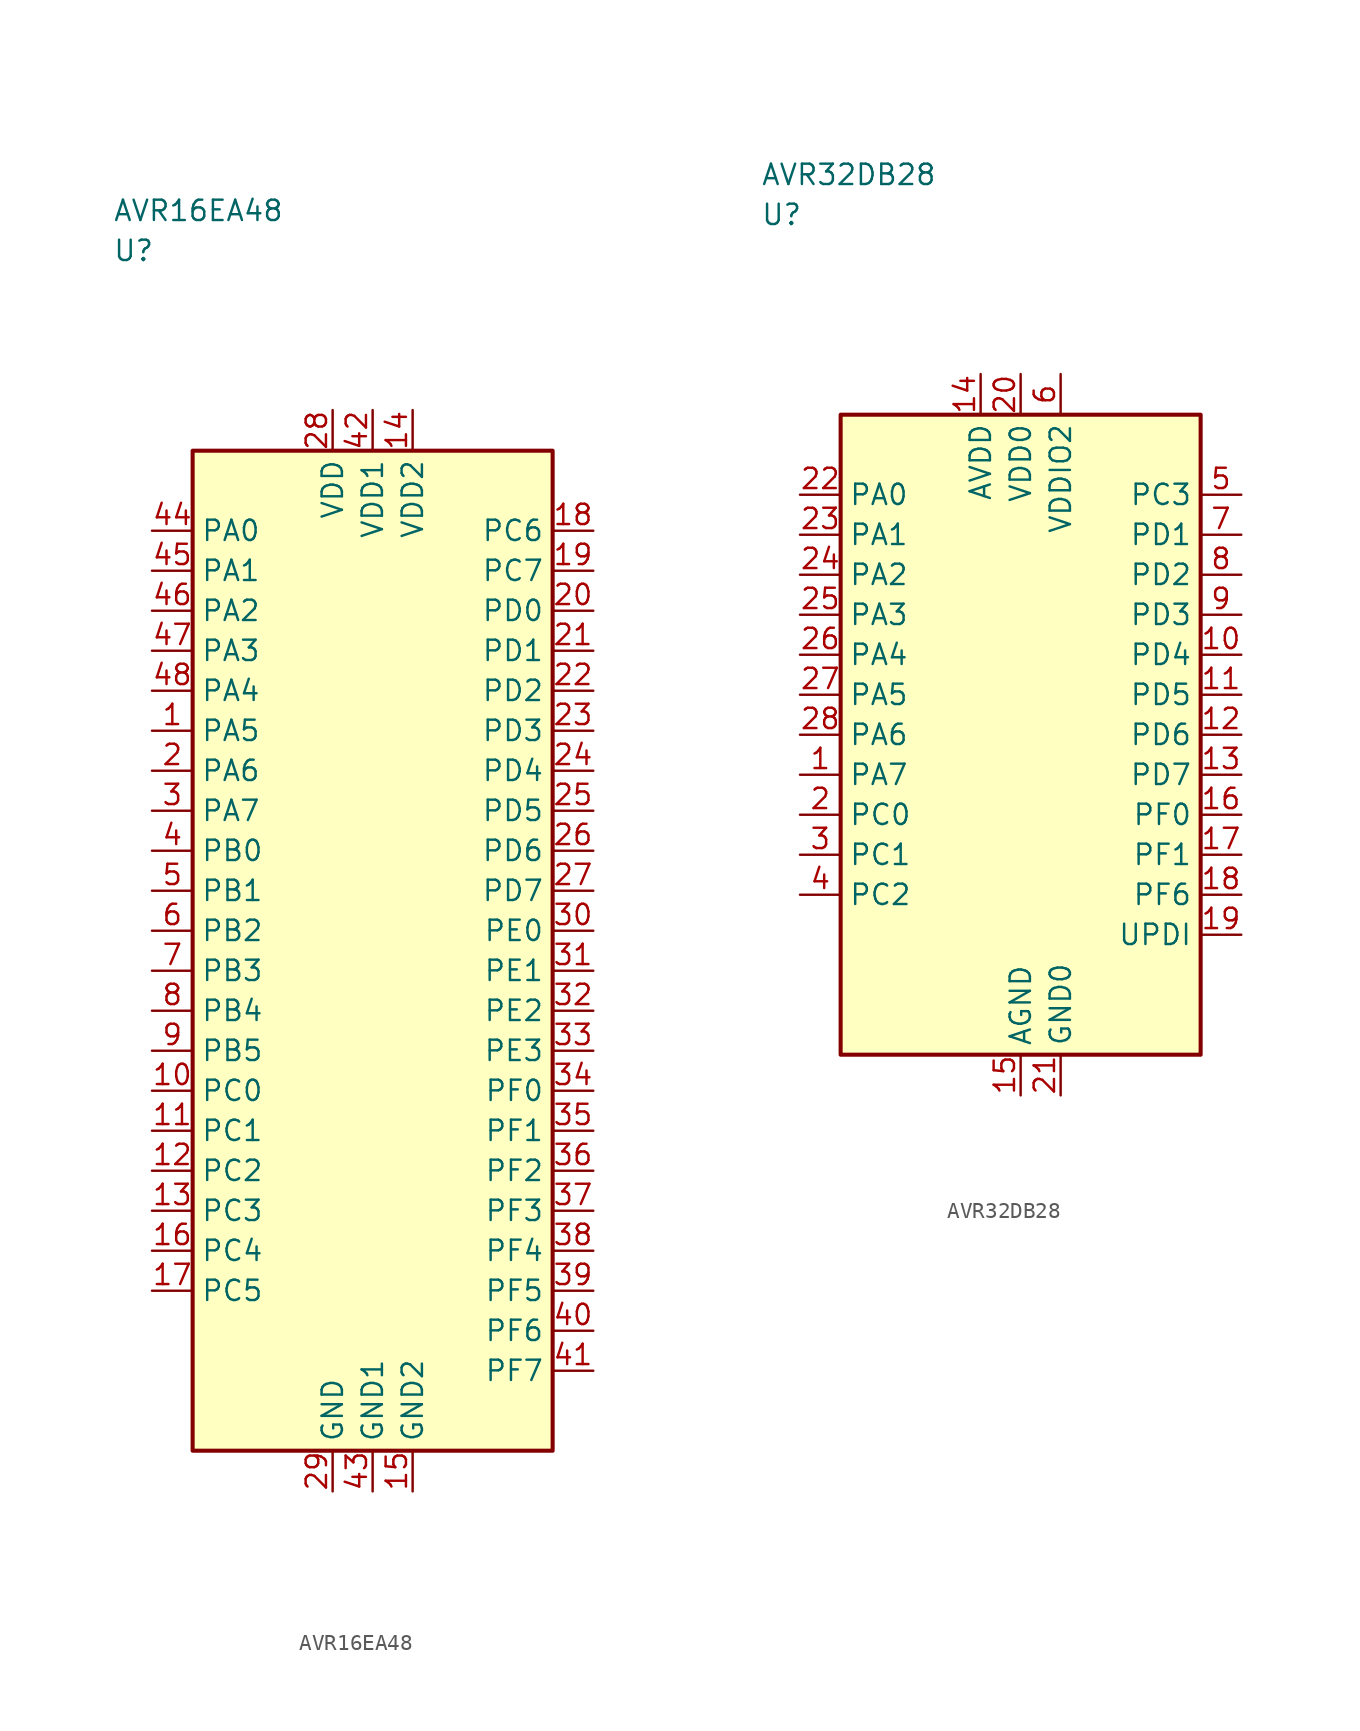
<source format=kicad_sym>
(kicad_symbol_lib
  (version 20241025)
  (generator "kicad_symbol_editor")
  (generator_version "8.0")
  (symbol "AVR16EA48"
    (property "Reference" "U"
      (at -16.25 43.75 0)
      (effects (font (size 1.27 1.27)) (justify left)))
    (property "Value" "AVR16EA48"
      (at -16.25 46.25 0)
      (effects (font (size 1.27 1.27)) (justify left)))
    (symbol "AVR16EA48_0_1"
      (rectangle (start -11.25 31.25) (end 11.25 -31.25) (stroke (width 0.254) (type default)) (fill (type background))))
    (symbol "AVR16EA48_1_1"
      (pin bidirectional line (at -13.79 13.75 0.0) (length 2.54) (name "PA5" (effects (font (size 1.27 1.27)))) (number "1" (effects (font (size 1.27 1.27)))))
      (pin bidirectional line (at -13.79 11.25 0.0) (length 2.54) (name "PA6" (effects (font (size 1.27 1.27)))) (number "2" (effects (font (size 1.27 1.27)))))
      (pin bidirectional line (at -13.79 8.75 0.0) (length 2.54) (name "PA7" (effects (font (size 1.27 1.27)))) (number "3" (effects (font (size 1.27 1.27)))))
      (pin bidirectional line (at -13.79 6.25 0.0) (length 2.54) (name "PB0" (effects (font (size 1.27 1.27)))) (number "4" (effects (font (size 1.27 1.27)))))
      (pin bidirectional line (at -13.79 3.75 0.0) (length 2.54) (name "PB1" (effects (font (size 1.27 1.27)))) (number "5" (effects (font (size 1.27 1.27)))))
      (pin bidirectional line (at -13.79 1.25 0.0) (length 2.54) (name "PB2" (effects (font (size 1.27 1.27)))) (number "6" (effects (font (size 1.27 1.27)))))
      (pin bidirectional line (at -13.79 -1.25 0.0) (length 2.54) (name "PB3" (effects (font (size 1.27 1.27)))) (number "7" (effects (font (size 1.27 1.27)))))
      (pin bidirectional line (at -13.79 -3.75 0.0) (length 2.54) (name "PB4" (effects (font (size 1.27 1.27)))) (number "8" (effects (font (size 1.27 1.27)))))
      (pin bidirectional line (at -13.79 -6.25 0.0) (length 2.54) (name "PB5" (effects (font (size 1.27 1.27)))) (number "9" (effects (font (size 1.27 1.27)))))
      (pin bidirectional line (at -13.79 -8.75 0.0) (length 2.54) (name "PC0" (effects (font (size 1.27 1.27)))) (number "10" (effects (font (size 1.27 1.27)))))
      (pin bidirectional line (at -13.79 -11.25 0.0) (length 2.54) (name "PC1" (effects (font (size 1.27 1.27)))) (number "11" (effects (font (size 1.27 1.27)))))
      (pin bidirectional line (at -13.79 -13.75 0.0) (length 2.54) (name "PC2" (effects (font (size 1.27 1.27)))) (number "12" (effects (font (size 1.27 1.27)))))
      (pin bidirectional line (at -13.79 -16.25 0.0) (length 2.54) (name "PC3" (effects (font (size 1.27 1.27)))) (number "13" (effects (font (size 1.27 1.27)))))
      (pin power_in line (at 2.5 33.79 270.0) (length 2.54) (name "VDD2" (effects (font (size 1.27 1.27)))) (number "14" (effects (font (size 1.27 1.27)))))
      (pin passive line (at 2.5 -33.79 90.0) (length 2.54) (name "GND2" (effects (font (size 1.27 1.27)))) (number "15" (effects (font (size 1.27 1.27)))))
      (pin bidirectional line (at -13.79 -18.75 0.0) (length 2.54) (name "PC4" (effects (font (size 1.27 1.27)))) (number "16" (effects (font (size 1.27 1.27)))))
      (pin bidirectional line (at -13.79 -21.25 0.0) (length 2.54) (name "PC5" (effects (font (size 1.27 1.27)))) (number "17" (effects (font (size 1.27 1.27)))))
      (pin bidirectional line (at 13.79 26.25 180.0) (length 2.54) (name "PC6" (effects (font (size 1.27 1.27)))) (number "18" (effects (font (size 1.27 1.27)))))
      (pin bidirectional line (at 13.79 23.75 180.0) (length 2.54) (name "PC7" (effects (font (size 1.27 1.27)))) (number "19" (effects (font (size 1.27 1.27)))))
      (pin bidirectional line (at 13.79 21.25 180.0) (length 2.54) (name "PD0" (effects (font (size 1.27 1.27)))) (number "20" (effects (font (size 1.27 1.27)))))
      (pin bidirectional line (at 13.79 18.75 180.0) (length 2.54) (name "PD1" (effects (font (size 1.27 1.27)))) (number "21" (effects (font (size 1.27 1.27)))))
      (pin bidirectional line (at 13.79 16.25 180.0) (length 2.54) (name "PD2" (effects (font (size 1.27 1.27)))) (number "22" (effects (font (size 1.27 1.27)))))
      (pin bidirectional line (at 13.79 13.75 180.0) (length 2.54) (name "PD3" (effects (font (size 1.27 1.27)))) (number "23" (effects (font (size 1.27 1.27)))))
      (pin bidirectional line (at 13.79 11.25 180.0) (length 2.54) (name "PD4" (effects (font (size 1.27 1.27)))) (number "24" (effects (font (size 1.27 1.27)))))
      (pin bidirectional line (at 13.79 8.75 180.0) (length 2.54) (name "PD5" (effects (font (size 1.27 1.27)))) (number "25" (effects (font (size 1.27 1.27)))))
      (pin bidirectional line (at 13.79 6.25 180.0) (length 2.54) (name "PD6" (effects (font (size 1.27 1.27)))) (number "26" (effects (font (size 1.27 1.27)))))
      (pin bidirectional line (at 13.79 3.75 180.0) (length 2.54) (name "PD7" (effects (font (size 1.27 1.27)))) (number "27" (effects (font (size 1.27 1.27)))))
      (pin power_in line (at -2.5 33.79 270.0) (length 2.54) (name "VDD" (effects (font (size 1.27 1.27)))) (number "28" (effects (font (size 1.27 1.27)))))
      (pin passive line (at -2.5 -33.79 90.0) (length 2.54) (name "GND" (effects (font (size 1.27 1.27)))) (number "29" (effects (font (size 1.27 1.27)))))
      (pin bidirectional line (at 13.79 1.25 180.0) (length 2.54) (name "PE0" (effects (font (size 1.27 1.27)))) (number "30" (effects (font (size 1.27 1.27)))))
      (pin bidirectional line (at 13.79 -1.25 180.0) (length 2.54) (name "PE1" (effects (font (size 1.27 1.27)))) (number "31" (effects (font (size 1.27 1.27)))))
      (pin bidirectional line (at 13.79 -3.75 180.0) (length 2.54) (name "PE2" (effects (font (size 1.27 1.27)))) (number "32" (effects (font (size 1.27 1.27)))))
      (pin bidirectional line (at 13.79 -6.25 180.0) (length 2.54) (name "PE3" (effects (font (size 1.27 1.27)))) (number "33" (effects (font (size 1.27 1.27)))))
      (pin bidirectional line (at 13.79 -8.75 180.0) (length 2.54) (name "PF0" (effects (font (size 1.27 1.27)))) (number "34" (effects (font (size 1.27 1.27)))))
      (pin bidirectional line (at 13.79 -11.25 180.0) (length 2.54) (name "PF1" (effects (font (size 1.27 1.27)))) (number "35" (effects (font (size 1.27 1.27)))))
      (pin bidirectional line (at 13.79 -13.75 180.0) (length 2.54) (name "PF2" (effects (font (size 1.27 1.27)))) (number "36" (effects (font (size 1.27 1.27)))))
      (pin bidirectional line (at 13.79 -16.25 180.0) (length 2.54) (name "PF3" (effects (font (size 1.27 1.27)))) (number "37" (effects (font (size 1.27 1.27)))))
      (pin bidirectional line (at 13.79 -18.75 180.0) (length 2.54) (name "PF4" (effects (font (size 1.27 1.27)))) (number "38" (effects (font (size 1.27 1.27)))))
      (pin bidirectional line (at 13.79 -21.25 180.0) (length 2.54) (name "PF5" (effects (font (size 1.27 1.27)))) (number "39" (effects (font (size 1.27 1.27)))))
      (pin bidirectional line (at 13.79 -23.75 180.0) (length 2.54) (name "PF6" (effects (font (size 1.27 1.27)))) (number "40" (effects (font (size 1.27 1.27)))))
      (pin bidirectional line (at 13.79 -26.25 180.0) (length 2.54) (name "PF7" (effects (font (size 1.27 1.27)))) (number "41" (effects (font (size 1.27 1.27)))))
      (pin power_in line (at 0.0 33.79 270.0) (length 2.54) (name "VDD1" (effects (font (size 1.27 1.27)))) (number "42" (effects (font (size 1.27 1.27)))))
      (pin passive line (at 0.0 -33.79 90.0) (length 2.54) (name "GND1" (effects (font (size 1.27 1.27)))) (number "43" (effects (font (size 1.27 1.27)))))
      (pin bidirectional line (at -13.79 26.25 0.0) (length 2.54) (name "PA0" (effects (font (size 1.27 1.27)))) (number "44" (effects (font (size 1.27 1.27)))))
      (pin bidirectional line (at -13.79 23.75 0.0) (length 2.54) (name "PA1" (effects (font (size 1.27 1.27)))) (number "45" (effects (font (size 1.27 1.27)))))
      (pin bidirectional line (at -13.79 21.25 0.0) (length 2.54) (name "PA2" (effects (font (size 1.27 1.27)))) (number "46" (effects (font (size 1.27 1.27)))))
      (pin bidirectional line (at -13.79 18.75 0.0) (length 2.54) (name "PA3" (effects (font (size 1.27 1.27)))) (number "47" (effects (font (size 1.27 1.27)))))
      (pin bidirectional line (at -13.79 16.25 0.0) (length 2.54) (name "PA4" (effects (font (size 1.27 1.27)))) (number "48" (effects (font (size 1.27 1.27)))))))
  (symbol "AVR32DB28"
    (property "Reference" "U"
      (at -16.25 32.5 0)
      (effects (font (size 1.27 1.27)) (justify left)))
    (property "Value" "AVR32DB28"
      (at -16.25 35.0 0)
      (effects (font (size 1.27 1.27)) (justify left)))
    (symbol "AVR32DB28_0_1"
      (rectangle (start -11.25 20.0) (end 11.25 -20.0) (stroke (width 0.254) (type default)) (fill (type background))))
    (symbol "AVR32DB28_1_1"
      (pin bidirectional line (at -13.79 -2.5 0.0) (length 2.54) (name "PA7" (effects (font (size 1.27 1.27)))) (number "1" (effects (font (size 1.27 1.27)))))
      (pin bidirectional line (at -13.79 -5.0 0.0) (length 2.54) (name "PC0" (effects (font (size 1.27 1.27)))) (number "2" (effects (font (size 1.27 1.27)))))
      (pin bidirectional line (at -13.79 -7.5 0.0) (length 2.54) (name "PC1" (effects (font (size 1.27 1.27)))) (number "3" (effects (font (size 1.27 1.27)))))
      (pin bidirectional line (at -13.79 -10.0 0.0) (length 2.54) (name "PC2" (effects (font (size 1.27 1.27)))) (number "4" (effects (font (size 1.27 1.27)))))
      (pin bidirectional line (at 13.79 15.0 180.0) (length 2.54) (name "PC3" (effects (font (size 1.27 1.27)))) (number "5" (effects (font (size 1.27 1.27)))))
      (pin power_in line (at 2.5 22.54 270.0) (length 2.54) (name "VDDIO2" (effects (font (size 1.27 1.27)))) (number "6" (effects (font (size 1.27 1.27)))))
      (pin bidirectional line (at 13.79 12.5 180.0) (length 2.54) (name "PD1" (effects (font (size 1.27 1.27)))) (number "7" (effects (font (size 1.27 1.27)))))
      (pin bidirectional line (at 13.79 10.0 180.0) (length 2.54) (name "PD2" (effects (font (size 1.27 1.27)))) (number "8" (effects (font (size 1.27 1.27)))))
      (pin bidirectional line (at 13.79 7.5 180.0) (length 2.54) (name "PD3" (effects (font (size 1.27 1.27)))) (number "9" (effects (font (size 1.27 1.27)))))
      (pin bidirectional line (at 13.79 5.0 180.0) (length 2.54) (name "PD4" (effects (font (size 1.27 1.27)))) (number "10" (effects (font (size 1.27 1.27)))))
      (pin bidirectional line (at 13.79 2.5 180.0) (length 2.54) (name "PD5" (effects (font (size 1.27 1.27)))) (number "11" (effects (font (size 1.27 1.27)))))
      (pin bidirectional line (at 13.79 0.0 180.0) (length 2.54) (name "PD6" (effects (font (size 1.27 1.27)))) (number "12" (effects (font (size 1.27 1.27)))))
      (pin bidirectional line (at 13.79 -2.5 180.0) (length 2.54) (name "PD7" (effects (font (size 1.27 1.27)))) (number "13" (effects (font (size 1.27 1.27)))))
      (pin power_in line (at -2.5 22.54 270.0) (length 2.54) (name "AVDD" (effects (font (size 1.27 1.27)))) (number "14" (effects (font (size 1.27 1.27)))))
      (pin passive line (at 0.0 -22.54 90.0) (length 2.54) (name "AGND" (effects (font (size 1.27 1.27)))) (number "15" (effects (font (size 1.27 1.27)))))
      (pin bidirectional line (at 13.79 -5.0 180.0) (length 2.54) (name "PF0" (effects (font (size 1.27 1.27)))) (number "16" (effects (font (size 1.27 1.27)))))
      (pin bidirectional line (at 13.79 -7.5 180.0) (length 2.54) (name "PF1" (effects (font (size 1.27 1.27)))) (number "17" (effects (font (size 1.27 1.27)))))
      (pin bidirectional line (at 13.79 -10.0 180.0) (length 2.54) (name "PF6" (effects (font (size 1.27 1.27)))) (number "18" (effects (font (size 1.27 1.27)))))
      (pin bidirectional line (at 13.79 -12.5 180.0) (length 2.54) (name "UPDI" (effects (font (size 1.27 1.27)))) (number "19" (effects (font (size 1.27 1.27)))))
      (pin power_in line (at 0.0 22.54 270.0) (length 2.54) (name "VDD0" (effects (font (size 1.27 1.27)))) (number "20" (effects (font (size 1.27 1.27)))))
      (pin passive line (at 2.5 -22.54 90.0) (length 2.54) (name "GND0" (effects (font (size 1.27 1.27)))) (number "21" (effects (font (size 1.27 1.27)))))
      (pin bidirectional line (at -13.79 15.0 0.0) (length 2.54) (name "PA0" (effects (font (size 1.27 1.27)))) (number "22" (effects (font (size 1.27 1.27)))))
      (pin bidirectional line (at -13.79 12.5 0.0) (length 2.54) (name "PA1" (effects (font (size 1.27 1.27)))) (number "23" (effects (font (size 1.27 1.27)))))
      (pin bidirectional line (at -13.79 10.0 0.0) (length 2.54) (name "PA2" (effects (font (size 1.27 1.27)))) (number "24" (effects (font (size 1.27 1.27)))))
      (pin bidirectional line (at -13.79 7.5 0.0) (length 2.54) (name "PA3" (effects (font (size 1.27 1.27)))) (number "25" (effects (font (size 1.27 1.27)))))
      (pin bidirectional line (at -13.79 5.0 0.0) (length 2.54) (name "PA4" (effects (font (size 1.27 1.27)))) (number "26" (effects (font (size 1.27 1.27)))))
      (pin bidirectional line (at -13.79 2.5 0.0) (length 2.54) (name "PA5" (effects (font (size 1.27 1.27)))) (number "27" (effects (font (size 1.27 1.27)))))
      (pin bidirectional line (at -13.79 0.0 0.0) (length 2.54) (name "PA6" (effects (font (size 1.27 1.27)))) (number "28" (effects (font (size 1.27 1.27))))))))
</source>
